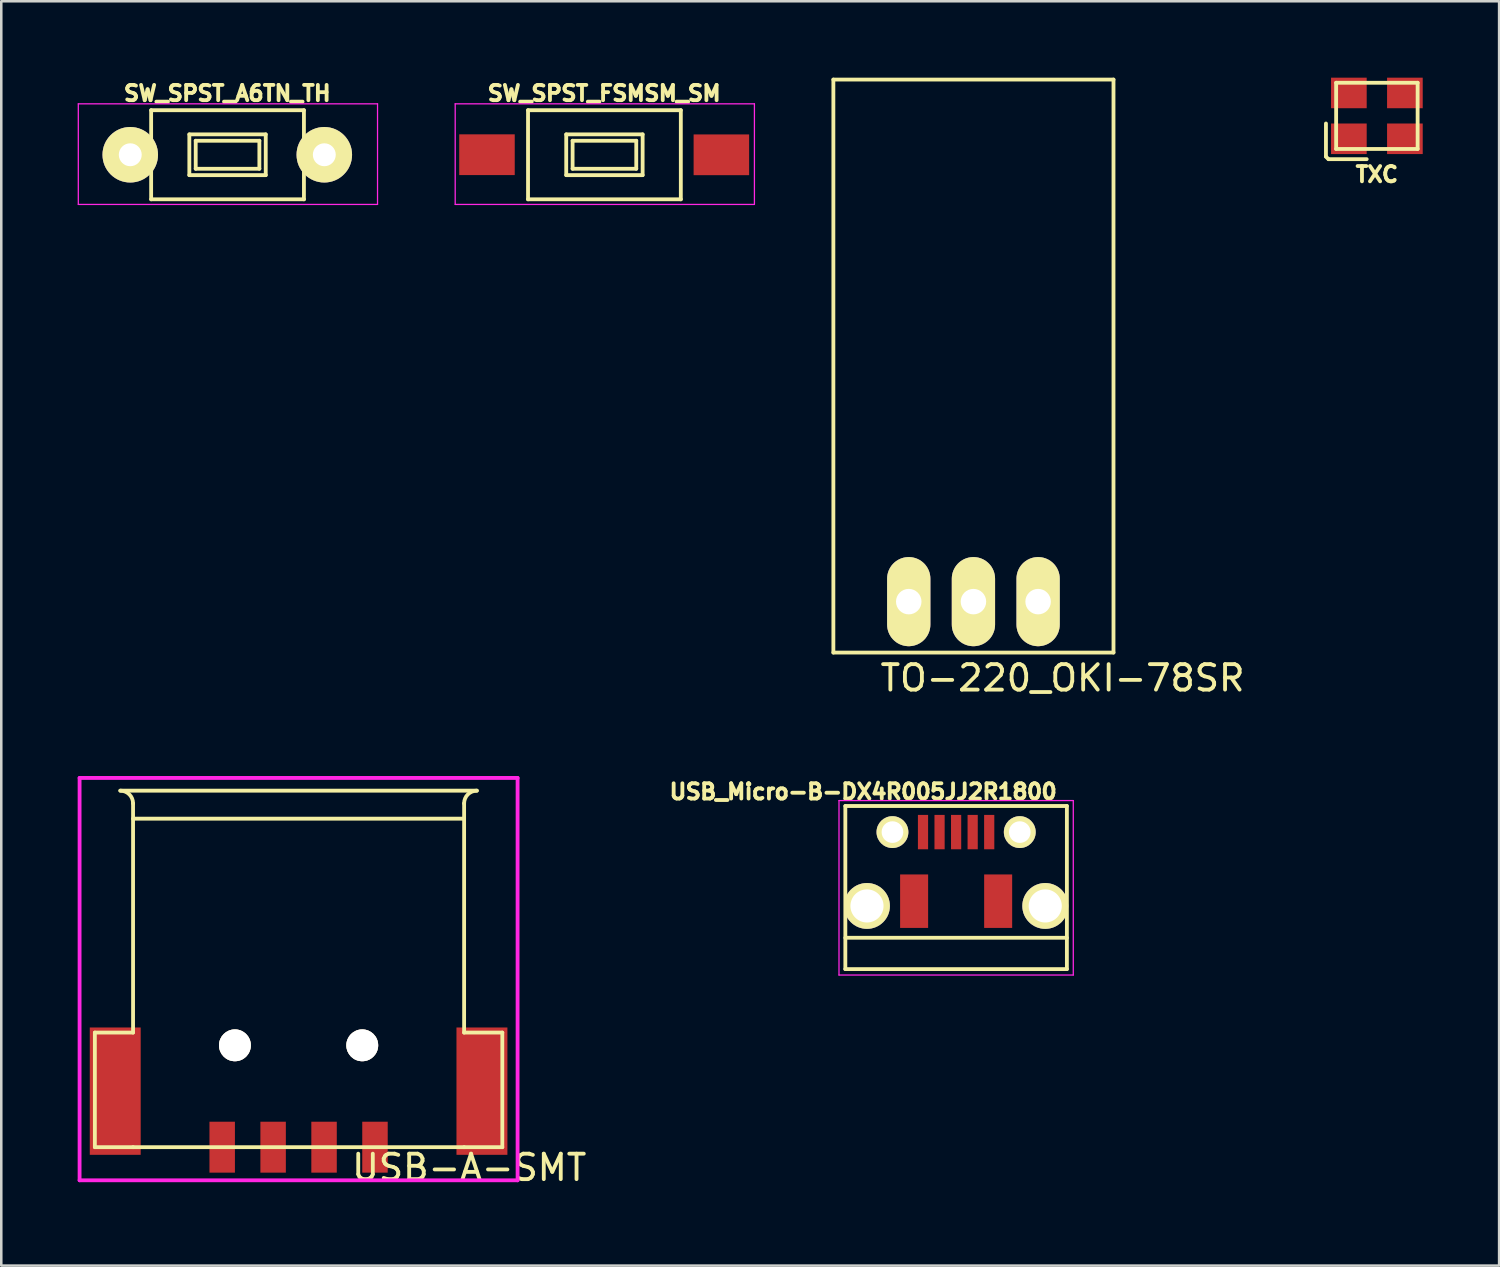
<source format=kicad_pcb>
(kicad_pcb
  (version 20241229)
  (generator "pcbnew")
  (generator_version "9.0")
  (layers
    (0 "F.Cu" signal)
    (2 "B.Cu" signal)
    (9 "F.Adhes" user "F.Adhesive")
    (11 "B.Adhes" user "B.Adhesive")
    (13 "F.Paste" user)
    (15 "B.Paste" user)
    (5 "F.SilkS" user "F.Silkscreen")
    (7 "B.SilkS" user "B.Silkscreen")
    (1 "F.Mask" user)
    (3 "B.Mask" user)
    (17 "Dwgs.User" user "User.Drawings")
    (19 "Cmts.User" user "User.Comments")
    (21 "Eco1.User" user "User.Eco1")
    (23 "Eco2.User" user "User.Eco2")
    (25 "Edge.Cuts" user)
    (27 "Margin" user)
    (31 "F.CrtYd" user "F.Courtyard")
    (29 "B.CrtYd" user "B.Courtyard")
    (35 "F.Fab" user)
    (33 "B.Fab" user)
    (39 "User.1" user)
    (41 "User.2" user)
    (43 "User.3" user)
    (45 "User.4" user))
  (footprint "SW_SPST_A6TN_TH"
    (layer "F.Cu")
    (at 5.875 3.027)
    (property "Reference" "SW_SPST_A6TN_TH" (at 0 -2.413 0) (layer "F.SilkS") (effects (font (size 0.6 0.6) (thickness 0.15))))
    (attr smd)
    (fp_line (start -2.99 -1.75) (end -2.99 1.75) (stroke (width 0.15) (type solid)) (layer "F.SilkS"))
    (fp_line (start -2.99 -1.75) (end 3.01 -1.75) (stroke (width 0.15) (type solid)) (layer "F.SilkS"))
    (fp_line (start -2.99 1.75) (end 3.01 1.75) (stroke (width 0.15) (type solid)) (layer "F.SilkS"))
    (fp_line (start -1.49 -0.8) (end -1.49 0.8) (stroke (width 0.15) (type solid)) (layer "F.SilkS"))
    (fp_line (start -1.49 -0.8) (end 1.51 -0.8) (stroke (width 0.15) (type solid)) (layer "F.SilkS"))
    (fp_line (start -1.49 0.8) (end 1.51 0.8) (stroke (width 0.15) (type solid)) (layer "F.SilkS"))
    (fp_line (start -1.24 -0.55) (end 1.26 -0.55) (stroke (width 0.15) (type solid)) (layer "F.SilkS"))
    (fp_line (start -1.24 0.55) (end -1.24 -0.55) (stroke (width 0.15) (type solid)) (layer "F.SilkS"))
    (fp_line (start 1.26 -0.55) (end 1.26 0.55) (stroke (width 0.15) (type solid)) (layer "F.SilkS"))
    (fp_line (start 1.26 0.55) (end -1.24 0.55) (stroke (width 0.15) (type solid)) (layer "F.SilkS"))
    (fp_line (start 1.51 -0.8) (end 1.51 0.8) (stroke (width 0.15) (type solid)) (layer "F.SilkS"))
    (fp_line (start 3.01 -1.75) (end 3.01 1.75) (stroke (width 0.15) (type solid)) (layer "F.SilkS"))
    (fp_line (start -5.85 -2) (end -5.85 1.95) (stroke (width 0.05) (type solid)) (layer "F.CrtYd"))
    (fp_line (start -5.85 -2) (end 5.9 -2) (stroke (width 0.05) (type solid)) (layer "F.CrtYd"))
    (fp_line (start -5.85 1.95) (end 5.9 1.95) (stroke (width 0.05) (type solid)) (layer "F.CrtYd"))
    (fp_line (start 5.9 -2) (end 5.9 1.95) (stroke (width 0.05) (type solid)) (layer "F.CrtYd"))
    (pad "1" thru_hole circle (at -3.81 0) (size 2.18 2.18) (drill 0.9) (layers "*.Cu" "*.Mask" "F.SilkS"))
    (pad "2" thru_hole circle (at 3.81 0) (size 2.18 2.18) (drill 0.9) (layers "*.Cu" "*.Mask" "F.SilkS")))
  (footprint "USB-A-SMT"
    (layer "F.Cu")
    (at 8.675 37.998)
    (property "Reference" "USB-A-SMT" (at 6.7 4.8 0) (layer "F.SilkS") (effects (font (size 1 1) (thickness 0.15))))
    (attr through_hole)
    (fp_line (start -8 -0.5) (end -6.5 -0.5) (stroke (width 0.15) (type solid)) (layer "F.SilkS"))
    (fp_line (start -8 4) (end -8 -0.5) (stroke (width 0.15) (type solid)) (layer "F.SilkS"))
    (fp_line (start -7 -10) (end 7 -10) (stroke (width 0.15) (type solid)) (layer "F.SilkS"))
    (fp_line (start -6.5 -9.5) (end -6.5 -0.5) (stroke (width 0.15) (type solid)) (layer "F.SilkS"))
    (fp_line (start -6.5 -8.9) (end 6.5 -8.9) (stroke (width 0.15) (type solid)) (layer "F.SilkS"))
    (fp_line (start -6.5 4) (end -8 4) (stroke (width 0.15) (type solid)) (layer "F.SilkS"))
    (fp_line (start -6.5 4) (end 6.5 4) (stroke (width 0.15) (type solid)) (layer "F.SilkS"))
    (fp_line (start 6.5 -9.5) (end 6.5 -0.5) (stroke (width 0.15) (type solid)) (layer "F.SilkS"))
    (fp_line (start 6.5 -0.5) (end 8 -0.5) (stroke (width 0.15) (type solid)) (layer "F.SilkS"))
    (fp_line (start 8 -0.5) (end 8 4) (stroke (width 0.15) (type solid)) (layer "F.SilkS"))
    (fp_line (start 8 4) (end 6.5 4) (stroke (width 0.15) (type solid)) (layer "F.SilkS"))
    (fp_arc (start -7 -10) (mid -6.646447 -9.853553) (end -6.5 -9.5) (stroke (width 0.15) (type solid)) (layer "F.SilkS"))
    (fp_arc (start 6.5 -9.5) (mid 6.646447 -9.853553) (end 7 -10) (stroke (width 0.15) (type solid)) (layer "F.SilkS"))
    (fp_line (start -8.6 -10.5) (end -8.6 5.3) (stroke (width 0.15) (type solid)) (layer "F.CrtYd"))
    (fp_line (start -8.6 5.3) (end 8.6 5.3) (stroke (width 0.15) (type solid)) (layer "F.CrtYd"))
    (fp_line (start 8.6 -10.5) (end -8.6 -10.5) (stroke (width 0.15) (type solid)) (layer "F.CrtYd"))
    (fp_line (start 8.6 5.3) (end 8.6 -10.5) (stroke (width 0.15) (type solid)) (layer "F.CrtYd"))
    (pad "1" smd rect (at 3 4) (size 1 2) (layers "F.Cu" "F.Mask" "F.Paste"))
    (pad "2" smd rect (at 1 4) (size 1 2) (layers "F.Cu" "F.Mask" "F.Paste"))
    (pad "3" smd rect (at -1 4) (size 1 2) (layers "F.Cu" "F.Mask" "F.Paste"))
    (pad "4" smd rect (at -3 4) (size 1 2) (layers "F.Cu" "F.Mask" "F.Paste"))
    (pad "5" smd rect (at -7.2 1.8) (size 2 5) (layers "F.Cu" "F.Mask" "F.Paste"))
    (pad "5" smd rect (at 7.2 1.8) (size 2 5) (layers "F.Cu" "F.Mask" "F.Paste"))
    (pad "A" thru_hole circle (at -2.5 0) (size 1.25 1.25) (drill 1.25) (layers "*.Cu" "*.Mask" "F.SilkS"))
    (pad "A" thru_hole circle (at 2.5 0) (size 1.25 1.25) (drill 1.25) (layers "*.Cu" "*.Mask" "F.SilkS")))
  (footprint "TO-220_OKI-78SR"
    (layer "F.Cu")
    (at 35.175 20.575)
    (property "Reference" "TO-220_OKI-78SR" (at 3.5 3 0) (layer "F.SilkS") (effects (font (size 1 1) (thickness 0.15))))
    (attr through_hole)
    (fp_line (start -5.5 -20.5) (end 5.5 -20.5) (stroke (width 0.15) (type solid)) (layer "F.SilkS"))
    (fp_line (start -5.5 2) (end -5.5 -20.5) (stroke (width 0.15) (type solid)) (layer "F.SilkS"))
    (fp_line (start 5.5 -20.5) (end 5.5 2) (stroke (width 0.15) (type solid)) (layer "F.SilkS"))
    (fp_line (start 5.5 2) (end -5.5 2) (stroke (width 0.15) (type solid)) (layer "F.SilkS"))
    (pad "1" thru_hole oval (at 2.54 0 90) (size 3.5 1.699) (drill 1.001) (layers "*.Cu" "*.Mask" "F.SilkS"))
    (pad "2" thru_hole oval (at 0 0 90) (size 3.5 1.699) (drill 1.001) (layers "*.Cu" "*.Mask" "F.SilkS"))
    (pad "3" thru_hole oval (at -2.54 0 90) (size 3.5 1.699) (drill 1.001) (layers "*.Cu" "*.Mask" "F.SilkS")))
  (footprint "USB_Micro-B-DX4R005JJ2R1800"
    (layer "F.Cu")
    (at 34.496 33.788)
    (property "Reference" "USB_Micro-B-DX4R005JJ2R1800" (at -3.65 -5.75 0) (layer "F.SilkS") (effects (font (size 0.6 0.6) (thickness 0.15))))
    (attr smd)
    (fp_line (start -4.351 -5.188) (end 4.349 -5.188) (stroke (width 0.15) (type solid)) (layer "F.SilkS"))
    (fp_line (start -4.351 1.217) (end -4.351 -5.188) (stroke (width 0.15) (type solid)) (layer "F.SilkS"))
    (fp_line (start -4.351 1.217) (end 4.349 1.217) (stroke (width 0.15) (type solid)) (layer "F.SilkS"))
    (fp_line (start 4.349 -5.188) (end 4.349 1.217) (stroke (width 0.15) (type solid)) (layer "F.SilkS"))
    (fp_line (start 4.349 -0.013) (end -4.351 -0.013) (stroke (width 0.15) (type solid)) (layer "F.SilkS"))
    (fp_line (start -4.6 -5.4) (end 4.6 -5.4) (stroke (width 0.05) (type solid)) (layer "F.CrtYd"))
    (fp_line (start -4.6 1.45) (end -4.6 -5.4) (stroke (width 0.05) (type solid)) (layer "F.CrtYd"))
    (fp_line (start 4.6 -5.4) (end 4.6 1.45) (stroke (width 0.05) (type solid)) (layer "F.CrtYd"))
    (fp_line (start 4.6 1.45) (end -4.6 1.45) (stroke (width 0.05) (type solid)) (layer "F.CrtYd"))
    (pad "1" smd rect (at -1.301 -4.163 90) (size 1.35 0.4) (layers "F.Cu" "F.Mask" "F.Paste"))
    (pad "2" smd rect (at -0.651 -4.163 90) (size 1.35 0.4) (layers "F.Cu" "F.Mask" "F.Paste"))
    (pad "3" smd rect (at -0.001 -4.163 90) (size 1.35 0.4) (layers "F.Cu" "F.Mask" "F.Paste"))
    (pad "4" smd rect (at 0.649 -4.163 90) (size 1.35 0.4) (layers "F.Cu" "F.Mask" "F.Paste"))
    (pad "5" smd rect (at 1.299 -4.163 90) (size 1.35 0.4) (layers "F.Cu" "F.Mask" "F.Paste"))
    (pad "6" thru_hole circle (at -3.501 -1.263 90) (size 1.8 1.8) (drill 1.3) (layers "*.Cu" "*.Mask" "F.SilkS"))
    (pad "6" thru_hole circle (at -2.501 -4.163 90) (size 1.25 1.25) (drill 0.85) (layers "*.Cu" "*.Mask" "F.SilkS"))
    (pad "6" smd rect (at -1.65 -1.45) (size 1.1 2.1) (layers "F.Cu" "F.Mask" "F.Paste"))
    (pad "6" smd rect (at 1.65 -1.45) (size 1.1 2.1) (layers "F.Cu" "F.Mask" "F.Paste"))
    (pad "6" thru_hole circle (at 2.499 -4.163 90) (size 1.25 1.25) (drill 0.85) (layers "*.Cu" "*.Mask" "F.SilkS"))
    (pad "6" thru_hole circle (at 3.499 -1.263 90) (size 1.8 1.8) (drill 1.3) (layers "*.Cu" "*.Mask" "F.SilkS")))
  (footprint "TXC"
    (layer "F.Cu")
    (at 51.018 1.5)
    (property "Reference" "TXC" (at 0 2.3 0) (layer "F.SilkS") (effects (font (size 0.6 0.6) (thickness 0.15))))
    (attr through_hole)
    (fp_line (start -2 0.3) (end -2 1.6) (stroke (width 0.15) (type solid)) (layer "F.SilkS"))
    (fp_line (start -2 1.6) (end -1.9 1.7) (stroke (width 0.15) (type solid)) (layer "F.SilkS"))
    (fp_line (start -1.9 1.7) (end -0.4 1.7) (stroke (width 0.15) (type solid)) (layer "F.SilkS"))
    (fp_line (start -1.6 -1.3) (end 1.6 -1.3) (stroke (width 0.15) (type solid)) (layer "F.SilkS"))
    (fp_line (start -1.6 1.3) (end -1.6 -1.3) (stroke (width 0.15) (type solid)) (layer "F.SilkS"))
    (fp_line (start 1.6 -1.3) (end 1.6 1.3) (stroke (width 0.15) (type solid)) (layer "F.SilkS"))
    (fp_line (start 1.6 1.3) (end -1.6 1.3) (stroke (width 0.15) (type solid)) (layer "F.SilkS"))
    (pad "1" smd rect (at -1.1 0.9) (size 1.4 1.2) (layers "F.Cu" "F.Mask" "F.Paste"))
    (pad "2" smd rect (at 1.1 0.9) (size 1.4 1.2) (layers "F.Cu" "F.Mask" "F.Paste"))
    (pad "3" smd rect (at 1.1 -0.9) (size 1.4 1.2) (layers "F.Cu" "F.Mask" "F.Paste"))
    (pad "4" smd rect (at -1.1 -0.9) (size 1.4 1.2) (layers "F.Cu" "F.Mask" "F.Paste")))
  (footprint "SW_SPST_FSMSM_SM"
    (layer "F.Cu")
    (at 20.675 3.027)
    (property "Reference" "SW_SPST_FSMSM_SM" (at 0 -2.413 0) (layer "F.SilkS") (effects (font (size 0.6 0.6) (thickness 0.15))))
    (attr smd)
    (fp_line (start -2.99 -1.75) (end -2.99 1.75) (stroke (width 0.15) (type solid)) (layer "F.SilkS"))
    (fp_line (start -2.99 -1.75) (end 3.01 -1.75) (stroke (width 0.15) (type solid)) (layer "F.SilkS"))
    (fp_line (start -2.99 1.75) (end 3.01 1.75) (stroke (width 0.15) (type solid)) (layer "F.SilkS"))
    (fp_line (start -1.49 -0.8) (end -1.49 0.8) (stroke (width 0.15) (type solid)) (layer "F.SilkS"))
    (fp_line (start -1.49 -0.8) (end 1.51 -0.8) (stroke (width 0.15) (type solid)) (layer "F.SilkS"))
    (fp_line (start -1.49 0.8) (end 1.51 0.8) (stroke (width 0.15) (type solid)) (layer "F.SilkS"))
    (fp_line (start -1.24 -0.55) (end 1.26 -0.55) (stroke (width 0.15) (type solid)) (layer "F.SilkS"))
    (fp_line (start -1.24 0.55) (end -1.24 -0.55) (stroke (width 0.15) (type solid)) (layer "F.SilkS"))
    (fp_line (start 1.26 -0.55) (end 1.26 0.55) (stroke (width 0.15) (type solid)) (layer "F.SilkS"))
    (fp_line (start 1.26 0.55) (end -1.24 0.55) (stroke (width 0.15) (type solid)) (layer "F.SilkS"))
    (fp_line (start 1.51 -0.8) (end 1.51 0.8) (stroke (width 0.15) (type solid)) (layer "F.SilkS"))
    (fp_line (start 3.01 -1.75) (end 3.01 1.75) (stroke (width 0.15) (type solid)) (layer "F.SilkS"))
    (fp_line (start -5.85 -2) (end -5.85 1.95) (stroke (width 0.05) (type solid)) (layer "F.CrtYd"))
    (fp_line (start -5.85 -2) (end 5.9 -2) (stroke (width 0.05) (type solid)) (layer "F.CrtYd"))
    (fp_line (start -5.85 1.95) (end 5.9 1.95) (stroke (width 0.05) (type solid)) (layer "F.CrtYd"))
    (fp_line (start 5.9 -2) (end 5.9 1.95) (stroke (width 0.05) (type solid)) (layer "F.CrtYd"))
    (pad "1" smd rect (at -4.602 -0.002) (size 2.18 1.6) (layers "F.Cu" "F.Mask" "F.Paste"))
    (pad "2" smd rect (at 4.602 0.002) (size 2.18 1.6) (layers "F.Cu" "F.Mask" "F.Paste")))
  (gr_rect
    (start -3 -3)
    (end 55.818 46.647)
    (stroke (width 0.1) (type default))
    (fill no)
    (layer "Edge.Cuts")))
</source>
